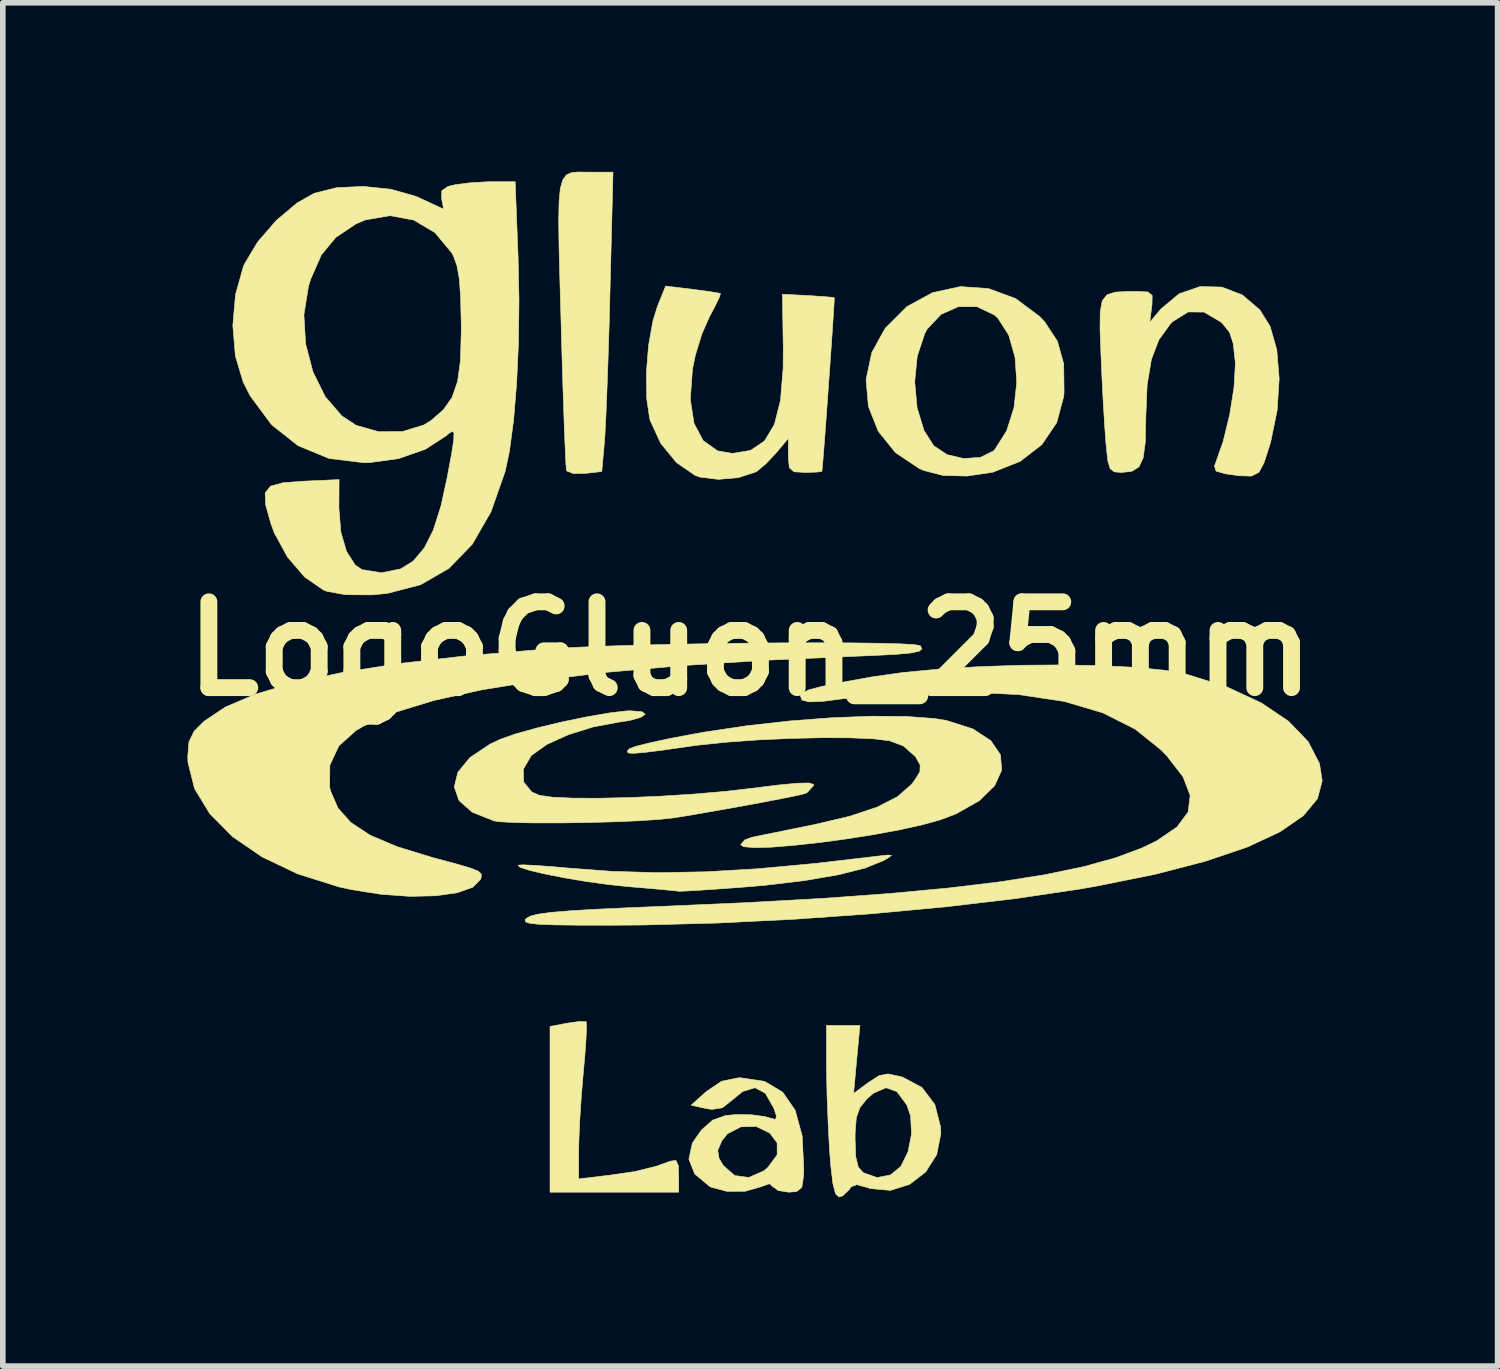
<source format=kicad_pcb>
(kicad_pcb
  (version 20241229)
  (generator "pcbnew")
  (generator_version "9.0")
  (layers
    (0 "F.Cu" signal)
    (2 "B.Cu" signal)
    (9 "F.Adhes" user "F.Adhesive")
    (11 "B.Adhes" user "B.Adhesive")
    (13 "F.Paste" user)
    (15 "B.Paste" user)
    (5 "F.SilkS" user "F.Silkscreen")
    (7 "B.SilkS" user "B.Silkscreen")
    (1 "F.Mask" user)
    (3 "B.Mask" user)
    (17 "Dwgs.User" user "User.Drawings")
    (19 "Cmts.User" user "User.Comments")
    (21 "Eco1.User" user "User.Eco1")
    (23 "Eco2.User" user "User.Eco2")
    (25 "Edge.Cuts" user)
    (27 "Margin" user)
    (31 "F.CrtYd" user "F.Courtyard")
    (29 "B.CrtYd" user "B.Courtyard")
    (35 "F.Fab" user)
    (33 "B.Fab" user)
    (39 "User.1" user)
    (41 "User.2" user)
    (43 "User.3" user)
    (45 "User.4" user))
  (footprint "LogoGluon_25mm"
    (layer "F.Cu")
    (at 10.276 8.475)
    (property "Reference" "LogoGluon_25mm" (at 0 0 0) (layer "F.SilkS") (effects (font (size 1.524 1.524) (thickness 0.3))))
    (attr through_hole)
    (fp_poly (pts (xy -2.921 6.622) (xy -2.913 6.626) (xy -2.907 6.719) (xy -2.917 6.942) (xy -2.94 7.259) (xy -2.962 7.499) (xy -2.999 7.936) (xy -3.028 8.38) (xy -3.044 8.76) (xy -3.046 8.877) (xy -3.048 9.415) (xy -2.526 9.354) (xy -2.05 9.285) (xy -1.675 9.193) (xy -1.418 9.101) (xy -1.319 9.087) (xy -1.277 9.177) (xy -1.27 9.347) (xy -1.27 9.652) (xy -3.556 9.652) (xy -3.556 6.708) (xy -3.251 6.65) (xy -3.043 6.621) (xy -2.921 6.622)) (stroke (width 0.01) (type solid)) (fill yes) (layer "F.SilkS"))
    (fp_poly (pts (xy -2.893 -8.467) (xy -2.82 -8.467) (xy -2.437 -8.467) (xy -2.491 -6.329) (xy -2.507 -5.711) (xy -2.526 -5.12) (xy -2.545 -4.585) (xy -2.563 -4.139) (xy -2.58 -3.811) (xy -2.59 -3.67) (xy -2.636 -3.15) (xy -2.936 -3.115) (xy -3.143 -3.114) (xy -3.258 -3.159) (xy -3.263 -3.17) (xy -3.273 -3.274) (xy -3.285 -3.526) (xy -3.301 -3.904) (xy -3.318 -4.387) (xy -3.336 -4.953) (xy -3.354 -5.58) (xy -3.36 -5.82) (xy -3.381 -6.56) (xy -3.396 -7.148) (xy -3.402 -7.602) (xy -3.395 -7.939) (xy -3.373 -8.175) (xy -3.33 -8.329) (xy -3.265 -8.418) (xy -3.172 -8.459) (xy -3.05 -8.47) (xy -2.893 -8.467)) (stroke (width 0.01) (type solid)) (fill yes) (layer "F.SilkS"))
    (fp_poly (pts (xy 2.51 3.671) (xy 2.434 3.725) (xy 2.365 3.763) (xy 2.039 3.895) (xy 1.565 4.014) (xy 0.964 4.117) (xy 0.258 4.201) (xy -0.106 4.232) (xy -0.524 4.263) (xy -0.878 4.287) (xy -1.135 4.302) (xy -1.262 4.307) (xy -1.27 4.306) (xy -1.367 4.295) (xy -1.595 4.273) (xy -1.915 4.245) (xy -2.159 4.225) (xy -2.523 4.187) (xy -2.914 4.133) (xy -3.299 4.068) (xy -3.646 4) (xy -3.92 3.935) (xy -4.09 3.88) (xy -4.125 3.843) (xy -4.033 3.837) (xy -3.81 3.848) (xy -3.494 3.871) (xy -3.253 3.893) (xy -2.455 3.953) (xy -1.646 3.976) (xy -0.794 3.961) (xy 0.13 3.907) (xy 1.158 3.812) (xy 2.244 3.685) (xy 2.452 3.662) (xy 2.51 3.671)) (stroke (width 0.01) (type solid)) (fill yes) (layer "F.SilkS"))
    (fp_poly (pts (xy 4.234 -6.399) (xy 4.714 -6.222) (xy 5.143 -5.901) (xy 5.232 -5.806) (xy 5.457 -5.464) (xy 5.569 -5.06) (xy 5.575 -4.559) (xy 5.568 -4.479) (xy 5.444 -4.017) (xy 5.181 -3.628) (xy 4.796 -3.33) (xy 4.31 -3.137) (xy 3.854 -3.069) (xy 3.426 -3.079) (xy 3.079 -3.169) (xy 3.002 -3.203) (xy 2.579 -3.486) (xy 2.275 -3.864) (xy 2.099 -4.307) (xy 2.062 -4.741) (xy 2.922 -4.741) (xy 2.964 -4.282) (xy 3.088 -3.876) (xy 3.261 -3.605) (xy 3.497 -3.449) (xy 3.794 -3.38) (xy 4.091 -3.401) (xy 4.322 -3.516) (xy 4.344 -3.538) (xy 4.555 -3.871) (xy 4.686 -4.285) (xy 4.735 -4.735) (xy 4.704 -5.179) (xy 4.592 -5.573) (xy 4.4 -5.873) (xy 4.334 -5.932) (xy 4.026 -6.078) (xy 3.698 -6.078) (xy 3.391 -5.942) (xy 3.146 -5.683) (xy 3.102 -5.604) (xy 2.967 -5.199) (xy 2.922 -4.741) (xy 2.062 -4.741) (xy 2.058 -4.784) (xy 2.16 -5.263) (xy 2.398 -5.694) (xy 2.785 -6.08) (xy 3.24 -6.327) (xy 3.733 -6.434) (xy 4.234 -6.399)) (stroke (width 0.01) (type solid)) (fill yes) (layer "F.SilkS"))
    (fp_poly (pts (xy 1.892 7.294) (xy 1.836 7.899) (xy 2.101 7.703) (xy 2.288 7.582) (xy 2.446 7.551) (xy 2.662 7.596) (xy 2.711 7.61) (xy 3.052 7.793) (xy 3.279 8.094) (xy 3.382 8.495) (xy 3.386 8.612) (xy 3.313 8.984) (xy 3.117 9.293) (xy 2.831 9.513) (xy 2.492 9.62) (xy 2.132 9.587) (xy 2.079 9.569) (xy 1.892 9.518) (xy 1.791 9.558) (xy 1.758 9.606) (xy 1.64 9.719) (xy 1.575 9.737) (xy 1.516 9.679) (xy 1.468 9.495) (xy 1.43 9.168) (xy 1.41 8.911) (xy 1.399 8.713) (xy 1.863 8.713) (xy 1.875 9.022) (xy 1.919 9.206) (xy 2.005 9.303) (xy 2.011 9.307) (xy 2.254 9.392) (xy 2.494 9.345) (xy 2.676 9.194) (xy 2.804 8.932) (xy 2.866 8.616) (xy 2.849 8.299) (xy 2.781 8.101) (xy 2.606 7.865) (xy 2.411 7.796) (xy 2.188 7.894) (xy 2.07 7.997) (xy 1.949 8.148) (xy 1.885 8.327) (xy 1.864 8.595) (xy 1.863 8.713) (xy 1.399 8.713) (xy 1.385 8.446) (xy 1.365 7.941) (xy 1.356 7.49) (xy 1.355 7.387) (xy 1.355 6.689) (xy 1.949 6.689) (xy 1.892 7.294)) (stroke (width 0.01) (type solid)) (fill yes) (layer "F.SilkS"))
    (fp_poly (pts (xy -1.92 1.119) (xy -1.865 1.163) (xy -1.947 1.219) (xy -2.151 1.275) (xy -2.327 1.301) (xy -2.787 1.387) (xy -3.232 1.526) (xy -3.611 1.698) (xy -3.876 1.886) (xy -3.891 1.901) (xy -4.03 2.138) (xy -4.024 2.366) (xy -3.881 2.542) (xy -3.745 2.602) (xy -3.518 2.635) (xy -3.155 2.652) (xy -2.689 2.654) (xy -2.152 2.642) (xy -1.577 2.617) (xy -0.996 2.58) (xy -0.442 2.532) (xy 0.011 2.48) (xy 0.501 2.419) (xy 0.841 2.387) (xy 1.043 2.383) (xy 1.125 2.408) (xy 1.126 2.427) (xy 1.018 2.547) (xy 0.973 2.571) (xy 0.851 2.601) (xy 0.598 2.653) (xy 0.249 2.72) (xy -0.16 2.796) (xy -0.594 2.873) (xy -1.017 2.947) (xy -1.355 3.002) (xy -1.61 3.03) (xy -1.976 3.054) (xy -2.417 3.073) (xy -2.896 3.086) (xy -3.376 3.093) (xy -3.821 3.093) (xy -4.193 3.086) (xy -4.456 3.071) (xy -4.549 3.057) (xy -4.936 2.903) (xy -5.172 2.696) (xy -5.257 2.453) (xy -5.192 2.192) (xy -4.98 1.933) (xy -4.621 1.692) (xy -4.44 1.607) (xy -4.164 1.51) (xy -3.78 1.404) (xy -3.338 1.298) (xy -2.891 1.206) (xy -2.489 1.137) (xy -2.184 1.102) (xy -2.125 1.101) (xy -1.92 1.119)) (stroke (width 0.01) (type solid)) (fill yes) (layer "F.SilkS"))
    (fp_poly (pts (xy 0.253 7.683) (xy 0.576 7.874) (xy 0.798 8.195) (xy 0.923 8.651) (xy 0.952 9.244) (xy 0.946 9.377) (xy 0.917 9.567) (xy 0.825 9.641) (xy 0.684 9.652) (xy 0.497 9.622) (xy 0.405 9.555) (xy 0.339 9.501) (xy 0.192 9.555) (xy -0.087 9.635) (xy -0.414 9.637) (xy -0.696 9.562) (xy -0.72 9.55) (xy -0.986 9.327) (xy -1.089 9.066) (xy -1.056 8.909) (xy -0.577 8.909) (xy -0.553 9.053) (xy -0.48 9.177) (xy -0.277 9.356) (xy -0.024 9.39) (xy 0.24 9.274) (xy 0.312 9.214) (xy 0.479 8.988) (xy 0.478 8.775) (xy 0.347 8.601) (xy 0.106 8.484) (xy -0.166 8.491) (xy -0.404 8.614) (xy -0.5 8.732) (xy -0.577 8.909) (xy -1.056 8.909) (xy -1.027 8.779) (xy -0.868 8.549) (xy -0.666 8.371) (xy -0.435 8.29) (xy -0.254 8.273) (xy 0.026 8.277) (xy 0.265 8.309) (xy 0.318 8.325) (xy 0.446 8.36) (xy 0.468 8.305) (xy 0.418 8.157) (xy 0.269 7.894) (xy 0.084 7.796) (xy -0.137 7.864) (xy -0.309 8.006) (xy -0.495 8.153) (xy -0.68 8.182) (xy -0.788 8.165) (xy -1.05 8.107) (xy -0.778 7.863) (xy -0.508 7.681) (xy -0.214 7.621) (xy -0.172 7.62) (xy 0.253 7.683)) (stroke (width 0.01) (type solid)) (fill yes) (layer "F.SilkS"))
    (fp_poly (pts (xy 2.768 1.201) (xy 3.27 1.238) (xy 3.487 1.273) (xy 3.956 1.423) (xy 4.275 1.632) (xy 4.445 1.882) (xy 4.467 2.155) (xy 4.342 2.432) (xy 4.071 2.697) (xy 3.655 2.932) (xy 3.387 3.034) (xy 3.065 3.124) (xy 2.66 3.214) (xy 2.201 3.299) (xy 1.716 3.376) (xy 1.232 3.441) (xy 0.779 3.491) (xy 0.384 3.523) (xy 0.076 3.532) (xy -0.117 3.515) (xy -0.169 3.48) (xy -0.098 3.395) (xy 0.021 3.35) (xy 0.18 3.317) (xy 0.462 3.26) (xy 0.823 3.186) (xy 1.13 3.124) (xy 1.768 2.974) (xy 2.257 2.811) (xy 2.615 2.627) (xy 2.862 2.412) (xy 2.908 2.354) (xy 3.014 2.186) (xy 3.019 2.064) (xy 2.935 1.914) (xy 2.721 1.725) (xy 2.477 1.634) (xy 2.193 1.599) (xy 1.78 1.581) (xy 1.274 1.579) (xy 0.714 1.592) (xy 0.138 1.618) (xy -0.415 1.658) (xy -0.908 1.709) (xy -1.052 1.728) (xy -1.527 1.796) (xy -1.856 1.838) (xy -2.061 1.856) (xy -2.164 1.851) (xy -2.185 1.823) (xy -2.151 1.778) (xy -2.042 1.735) (xy -1.796 1.673) (xy -1.447 1.597) (xy -1.024 1.517) (xy -0.8 1.477) (xy -0.055 1.366) (xy 0.707 1.281) (xy 1.453 1.224) (xy 2.151 1.197) (xy 2.768 1.201)) (stroke (width 0.01) (type solid)) (fill yes) (layer "F.SilkS"))
    (fp_poly (pts (xy -1.026 -6.386) (xy -0.764 -6.352) (xy -0.582 -6.323) (xy -0.528 -6.31) (xy -0.553 -6.233) (xy -0.641 -6.054) (xy -0.723 -5.901) (xy -0.857 -5.596) (xy -0.973 -5.221) (xy -1.026 -4.965) (xy -1.064 -4.432) (xy -0.999 -4.006) (xy -0.835 -3.697) (xy -0.579 -3.516) (xy -0.314 -3.471) (xy 0.008 -3.525) (xy 0.255 -3.693) (xy 0.43 -3.986) (xy 0.538 -4.414) (xy 0.585 -4.986) (xy 0.587 -5.352) (xy 0.572 -6.299) (xy 1.027 -6.275) (xy 1.281 -6.259) (xy 1.451 -6.244) (xy 1.494 -6.237) (xy 1.491 -6.155) (xy 1.477 -5.936) (xy 1.456 -5.613) (xy 1.429 -5.219) (xy 1.398 -4.786) (xy 1.367 -4.346) (xy 1.337 -3.931) (xy 1.31 -3.575) (xy 1.289 -3.31) (xy 1.276 -3.168) (xy 1.274 -3.154) (xy 1.197 -3.14) (xy 1.011 -3.133) (xy 0.974 -3.133) (xy 0.777 -3.145) (xy 0.695 -3.217) (xy 0.677 -3.4) (xy 0.677 -3.435) (xy 0.677 -3.738) (xy 0.457 -3.476) (xy 0.28 -3.288) (xy 0.123 -3.156) (xy 0.097 -3.141) (xy -0.209 -3.041) (xy -0.569 -3.01) (xy -0.894 -3.051) (xy -0.978 -3.08) (xy -1.309 -3.308) (xy -1.59 -3.651) (xy -1.776 -4.055) (xy -1.786 -4.089) (xy -1.839 -4.45) (xy -1.844 -4.904) (xy -1.806 -5.384) (xy -1.728 -5.823) (xy -1.649 -6.08) (xy -1.502 -6.444) (xy -1.026 -6.386)) (stroke (width 0.01) (type solid)) (fill yes) (layer "F.SilkS"))
    (fp_poly (pts (xy 8.376 -6.426) (xy 8.742 -6.286) (xy 9.052 -6.021) (xy 9.234 -5.73) (xy 9.354 -5.312) (xy 9.396 -4.797) (xy 9.36 -4.235) (xy 9.246 -3.679) (xy 9.225 -3.607) (xy 9.127 -3.305) (xy 9.036 -3.135) (xy 8.905 -3.068) (xy 8.688 -3.074) (xy 8.439 -3.109) (xy 8.274 -3.157) (xy 8.247 -3.248) (xy 8.262 -3.287) (xy 8.402 -3.686) (xy 8.517 -4.16) (xy 8.593 -4.638) (xy 8.617 -5.047) (xy 8.614 -5.114) (xy 8.58 -5.422) (xy 8.515 -5.621) (xy 8.395 -5.772) (xy 8.35 -5.812) (xy 8.059 -5.982) (xy 7.778 -5.983) (xy 7.506 -5.814) (xy 7.458 -5.765) (xy 7.259 -5.488) (xy 7.126 -5.141) (xy 7.051 -4.692) (xy 7.027 -4.11) (xy 7.027 -4.092) (xy 7.018 -3.673) (xy 6.981 -3.394) (xy 6.904 -3.229) (xy 6.775 -3.152) (xy 6.594 -3.133) (xy 6.467 -3.143) (xy 6.394 -3.199) (xy 6.352 -3.34) (xy 6.323 -3.605) (xy 6.318 -3.662) (xy 6.296 -3.966) (xy 6.271 -4.38) (xy 6.247 -4.845) (xy 6.231 -5.219) (xy 6.214 -5.674) (xy 6.217 -5.987) (xy 6.254 -6.184) (xy 6.341 -6.291) (xy 6.493 -6.337) (xy 6.724 -6.348) (xy 6.865 -6.349) (xy 7.064 -6.339) (xy 7.14 -6.277) (xy 7.137 -6.116) (xy 7.132 -6.075) (xy 7.097 -5.8) (xy 7.295 -6.036) (xy 7.618 -6.306) (xy 7.99 -6.434) (xy 8.376 -6.426)) (stroke (width 0.01) (type solid)) (fill yes) (layer "F.SilkS"))
    (fp_poly (pts (xy 1.803 -0.105) (xy 2.283 -0.099) (xy 2.66 -0.089) (xy 2.913 -0.075) (xy 3.019 -0.057) (xy 3.02 -0.056) (xy 3.051 0.000229) (xy 3.001 0.043) (xy 2.851 0.074) (xy 2.58 0.099) (xy 2.169 0.12) (xy 1.937 0.129) (xy 0.268 0.203) (xy -1.235 0.3) (xy -2.573 0.419) (xy -3.749 0.562) (xy -4.764 0.728) (xy -5.621 0.918) (xy -6.319 1.132) (xy -6.863 1.37) (xy -7.003 1.451) (xy -7.307 1.725) (xy -7.467 2.068) (xy -7.471 2.455) (xy -7.454 2.527) (xy -7.323 2.829) (xy -7.094 3.086) (xy -6.751 3.311) (xy -6.274 3.514) (xy -5.647 3.706) (xy -5.588 3.722) (xy -5.208 3.824) (xy -4.964 3.896) (xy -4.829 3.951) (xy -4.777 4.001) (xy -4.779 4.06) (xy -4.792 4.098) (xy -4.93 4.236) (xy -5.204 4.333) (xy -5.585 4.387) (xy -6.044 4.397) (xy -6.552 4.361) (xy -7.081 4.278) (xy -7.313 4.227) (xy -8.038 3.998) (xy -8.671 3.696) (xy -9.198 3.335) (xy -9.602 2.926) (xy -9.87 2.484) (xy -9.987 2.019) (xy -9.991 1.917) (xy -9.97 1.654) (xy -9.88 1.467) (xy -9.701 1.287) (xy -9.322 1.034) (xy -8.786 0.805) (xy -8.094 0.6) (xy -7.241 0.419) (xy -6.227 0.26) (xy -5.05 0.125) (xy -3.707 0.011) (xy -3.471 -0.005) (xy -3.065 -0.028) (xy -2.563 -0.048) (xy -1.986 -0.066) (xy -1.356 -0.08) (xy -0.697 -0.092) (xy -0.029 -0.101) (xy 0.625 -0.106) (xy 1.243 -0.107) (xy 1.803 -0.105)) (stroke (width 0.01) (type solid)) (fill yes) (layer "F.SilkS"))
    (fp_poly (pts (xy 6.229 0.299) (xy 6.853 0.33) (xy 7.373 0.382) (xy 7.739 0.448) (xy 8.463 0.675) (xy 9.074 0.958) (xy 9.561 1.285) (xy 9.911 1.649) (xy 10.113 2.04) (xy 10.16 2.346) (xy 10.076 2.663) (xy 9.825 2.965) (xy 9.41 3.251) (xy 8.831 3.521) (xy 8.091 3.772) (xy 7.193 4.005) (xy 6.138 4.218) (xy 5.842 4.269) (xy 4.725 4.435) (xy 3.483 4.582) (xy 2.157 4.706) (xy 0.789 4.803) (xy -0.576 4.871) (xy -1.898 4.906) (xy -2.495 4.91) (xy -3.054 4.909) (xy -3.464 4.904) (xy -3.744 4.894) (xy -3.913 4.876) (xy -3.991 4.85) (xy -3.998 4.814) (xy -3.976 4.787) (xy -3.903 4.747) (xy -3.76 4.712) (xy -3.529 4.681) (xy -3.194 4.653) (xy -2.737 4.626) (xy -2.14 4.598) (xy -1.566 4.574) (xy -0.06 4.508) (xy 1.286 4.433) (xy 2.48 4.346) (xy 3.531 4.248) (xy 4.449 4.137) (xy 5.242 4.011) (xy 5.919 3.87) (xy 6.488 3.713) (xy 6.958 3.538) (xy 7.219 3.412) (xy 7.58 3.166) (xy 7.779 2.899) (xy 7.815 2.604) (xy 7.689 2.274) (xy 7.4 1.901) (xy 7.303 1.8) (xy 6.837 1.426) (xy 6.267 1.139) (xy 5.582 0.935) (xy 4.77 0.813) (xy 3.819 0.767) (xy 3.648 0.767) (xy 3.131 0.776) (xy 2.601 0.8) (xy 2.116 0.834) (xy 1.735 0.875) (xy 1.693 0.881) (xy 1.299 0.932) (xy 1.05 0.943) (xy 0.927 0.913) (xy 0.914 0.899) (xy 0.892 0.835) (xy 0.93 0.78) (xy 1.05 0.726) (xy 1.273 0.668) (xy 1.619 0.597) (xy 2.11 0.508) (xy 2.159 0.499) (xy 2.711 0.421) (xy 3.357 0.36) (xy 4.065 0.317) (xy 4.802 0.292) (xy 5.534 0.286) (xy 6.229 0.299)) (stroke (width 0.01) (type solid)) (fill yes) (layer "F.SilkS"))
    (fp_poly (pts (xy -4.123 -6.964) (xy -4.107 -6.202) (xy -4.116 -5.442) (xy -4.149 -4.718) (xy -4.203 -4.064) (xy -4.276 -3.515) (xy -4.352 -3.154) (xy -4.605 -2.433) (xy -4.936 -1.859) (xy -5.35 -1.43) (xy -5.853 -1.139) (xy -6.447 -0.984) (xy -6.725 -0.958) (xy -7.19 -0.961) (xy -7.523 -1.022) (xy -7.579 -1.044) (xy -7.915 -1.276) (xy -8.219 -1.63) (xy -8.454 -2.06) (xy -8.516 -2.231) (xy -8.607 -2.558) (xy -8.616 -2.769) (xy -8.52 -2.89) (xy -8.299 -2.95) (xy -7.932 -2.978) (xy -7.303 -3.006) (xy -7.306 -2.498) (xy -7.272 -2.077) (xy -7.171 -1.728) (xy -7.016 -1.488) (xy -6.897 -1.407) (xy -6.553 -1.351) (xy -6.211 -1.419) (xy -5.986 -1.558) (xy -5.789 -1.792) (xy -5.629 -2.109) (xy -5.493 -2.538) (xy -5.379 -3.062) (xy -5.306 -3.454) (xy -5.267 -3.702) (xy -5.262 -3.831) (xy -5.291 -3.864) (xy -5.357 -3.823) (xy -5.399 -3.785) (xy -5.772 -3.544) (xy -6.249 -3.378) (xy -6.776 -3.306) (xy -6.858 -3.305) (xy -7.481 -3.381) (xy -8.032 -3.609) (xy -8.502 -3.981) (xy -8.881 -4.492) (xy -9.006 -4.737) (xy -9.145 -5.202) (xy -9.19 -5.743) (xy -9.174 -5.935) (xy -7.928 -5.935) (xy -7.897 -5.414) (xy -7.766 -4.916) (xy -7.548 -4.478) (xy -7.254 -4.137) (xy -6.998 -3.969) (xy -6.598 -3.856) (xy -6.176 -3.86) (xy -5.797 -3.976) (xy -5.673 -4.052) (xy -5.45 -4.246) (xy -5.295 -4.467) (xy -5.198 -4.748) (xy -5.147 -5.121) (xy -5.133 -5.62) (xy -5.133 -5.775) (xy -5.144 -6.236) (xy -5.166 -6.564) (xy -5.206 -6.796) (xy -5.267 -6.968) (xy -5.303 -7.036) (xy -5.6 -7.393) (xy -5.976 -7.616) (xy -6.4 -7.694) (xy -6.84 -7.618) (xy -7.004 -7.547) (xy -7.36 -7.31) (xy -7.618 -6.997) (xy -7.807 -6.567) (xy -7.846 -6.442) (xy -7.928 -5.935) (xy -9.174 -5.935) (xy -9.142 -6.295) (xy -9.002 -6.793) (xy -8.984 -6.835) (xy -8.749 -7.227) (xy -8.421 -7.606) (xy -8.05 -7.919) (xy -7.745 -8.092) (xy -7.349 -8.191) (xy -6.872 -8.214) (xy -6.382 -8.163) (xy -5.945 -8.04) (xy -5.877 -8.01) (xy -5.446 -7.81) (xy -5.482 -7.999) (xy -5.478 -8.137) (xy -5.368 -8.213) (xy -5.246 -8.243) (xy -4.987 -8.277) (xy -4.671 -8.296) (xy -4.575 -8.297) (xy -4.175 -8.297) (xy -4.123 -6.964)) (stroke (width 0.01) (type solid)) (fill yes) (layer "F.SilkS")))
  (gr_rect
    (start -3 -3)
    (end 23.552 21.216)
    (stroke (width 0.1) (type default))
    (fill no)
    (layer "Edge.Cuts")))
</source>
